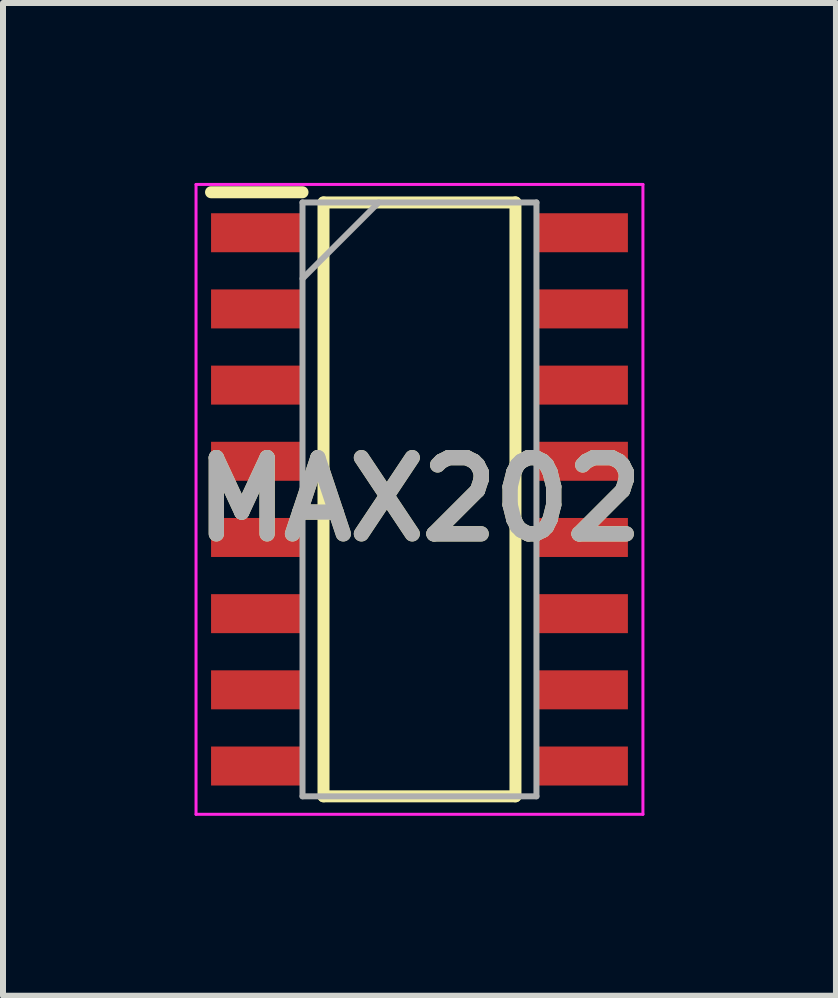
<source format=kicad_pcb>
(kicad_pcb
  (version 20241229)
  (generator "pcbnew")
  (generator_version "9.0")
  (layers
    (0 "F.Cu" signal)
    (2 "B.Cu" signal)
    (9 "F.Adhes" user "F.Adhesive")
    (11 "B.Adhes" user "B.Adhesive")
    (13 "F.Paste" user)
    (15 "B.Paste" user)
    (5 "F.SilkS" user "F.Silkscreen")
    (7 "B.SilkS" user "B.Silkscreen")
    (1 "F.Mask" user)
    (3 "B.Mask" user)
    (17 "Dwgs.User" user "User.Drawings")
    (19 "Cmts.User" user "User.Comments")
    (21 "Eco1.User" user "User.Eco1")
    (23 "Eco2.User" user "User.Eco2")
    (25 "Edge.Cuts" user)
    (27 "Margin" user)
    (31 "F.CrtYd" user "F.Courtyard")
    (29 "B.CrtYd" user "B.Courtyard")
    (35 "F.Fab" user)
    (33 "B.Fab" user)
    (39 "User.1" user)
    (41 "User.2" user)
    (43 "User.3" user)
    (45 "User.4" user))
  (footprint "MAX202"
    (layer "F.Cu")
    (at 3.943 5.275)
    (property "Reference" "MAX202" (at 0 0 0) (layer "F.SilkS") (effects (font (size 1.27 1.27) (thickness 0.254))))
    (attr smd)
    (fp_line (start -3.475 -5.12) (end -1.95 -5.12) (stroke (width 0.2) (type solid)) (layer "F.SilkS"))
    (fp_line (start -1.6 -4.95) (end 1.6 -4.95) (stroke (width 0.2) (type solid)) (layer "F.SilkS"))
    (fp_line (start -1.6 4.95) (end -1.6 -4.95) (stroke (width 0.2) (type solid)) (layer "F.SilkS"))
    (fp_line (start 1.6 -4.95) (end 1.6 4.95) (stroke (width 0.2) (type solid)) (layer "F.SilkS"))
    (fp_line (start 1.6 4.95) (end -1.6 4.95) (stroke (width 0.2) (type solid)) (layer "F.SilkS"))
    (fp_line (start -3.725 -5.25) (end 3.725 -5.25) (stroke (width 0.05) (type solid)) (layer "F.CrtYd"))
    (fp_line (start -3.725 5.25) (end -3.725 -5.25) (stroke (width 0.05) (type solid)) (layer "F.CrtYd"))
    (fp_line (start 3.725 -5.25) (end 3.725 5.25) (stroke (width 0.05) (type solid)) (layer "F.CrtYd"))
    (fp_line (start 3.725 5.25) (end -3.725 5.25) (stroke (width 0.05) (type solid)) (layer "F.CrtYd"))
    (fp_line (start -1.95 -4.95) (end 1.95 -4.95) (stroke (width 0.1) (type solid)) (layer "F.Fab"))
    (fp_line (start -1.95 -3.68) (end -0.68 -4.95) (stroke (width 0.1) (type solid)) (layer "F.Fab"))
    (fp_line (start -1.95 4.95) (end -1.95 -4.95) (stroke (width 0.1) (type solid)) (layer "F.Fab"))
    (fp_line (start 1.95 -4.95) (end 1.95 4.95) (stroke (width 0.1) (type solid)) (layer "F.Fab"))
    (fp_line (start 1.95 4.95) (end -1.95 4.95) (stroke (width 0.1) (type solid)) (layer "F.Fab"))
    (fp_text user "${REFERENCE}" (at 0 0 0) (layer "F.Fab") (effects (font (size 1.27 1.27) (thickness 0.254))))
    (pad "1" smd rect (at -2.712 -4.445 90) (size 0.65 1.525) (layers "F.Cu" "F.Mask" "F.Paste"))
    (pad "2" smd rect (at -2.712 -3.175 90) (size 0.65 1.525) (layers "F.Cu" "F.Mask" "F.Paste"))
    (pad "3" smd rect (at -2.712 -1.905 90) (size 0.65 1.525) (layers "F.Cu" "F.Mask" "F.Paste"))
    (pad "4" smd rect (at -2.712 -0.635 90) (size 0.65 1.525) (layers "F.Cu" "F.Mask" "F.Paste"))
    (pad "5" smd rect (at -2.712 0.635 90) (size 0.65 1.525) (layers "F.Cu" "F.Mask" "F.Paste"))
    (pad "6" smd rect (at -2.712 1.905 90) (size 0.65 1.525) (layers "F.Cu" "F.Mask" "F.Paste"))
    (pad "7" smd rect (at -2.712 3.175 90) (size 0.65 1.525) (layers "F.Cu" "F.Mask" "F.Paste"))
    (pad "8" smd rect (at -2.712 4.445 90) (size 0.65 1.525) (layers "F.Cu" "F.Mask" "F.Paste"))
    (pad "9" smd rect (at 2.712 4.445 90) (size 0.65 1.525) (layers "F.Cu" "F.Mask" "F.Paste"))
    (pad "10" smd rect (at 2.712 3.175 90) (size 0.65 1.525) (layers "F.Cu" "F.Mask" "F.Paste"))
    (pad "11" smd rect (at 2.712 1.905 90) (size 0.65 1.525) (layers "F.Cu" "F.Mask" "F.Paste"))
    (pad "12" smd rect (at 2.712 0.635 90) (size 0.65 1.525) (layers "F.Cu" "F.Mask" "F.Paste"))
    (pad "13" smd rect (at 2.712 -0.635 90) (size 0.65 1.525) (layers "F.Cu" "F.Mask" "F.Paste"))
    (pad "14" smd rect (at 2.712 -1.905 90) (size 0.65 1.525) (layers "F.Cu" "F.Mask" "F.Paste"))
    (pad "15" smd rect (at 2.712 -3.175 90) (size 0.65 1.525) (layers "F.Cu" "F.Mask" "F.Paste"))
    (pad "16" smd rect (at 2.712 -4.445 90) (size 0.65 1.525) (layers "F.Cu" "F.Mask" "F.Paste")))
  (gr_rect
    (start -3 -3)
    (end 10.886 13.55)
    (stroke (width 0.1) (type default))
    (fill no)
    (layer "Edge.Cuts")))
</source>
